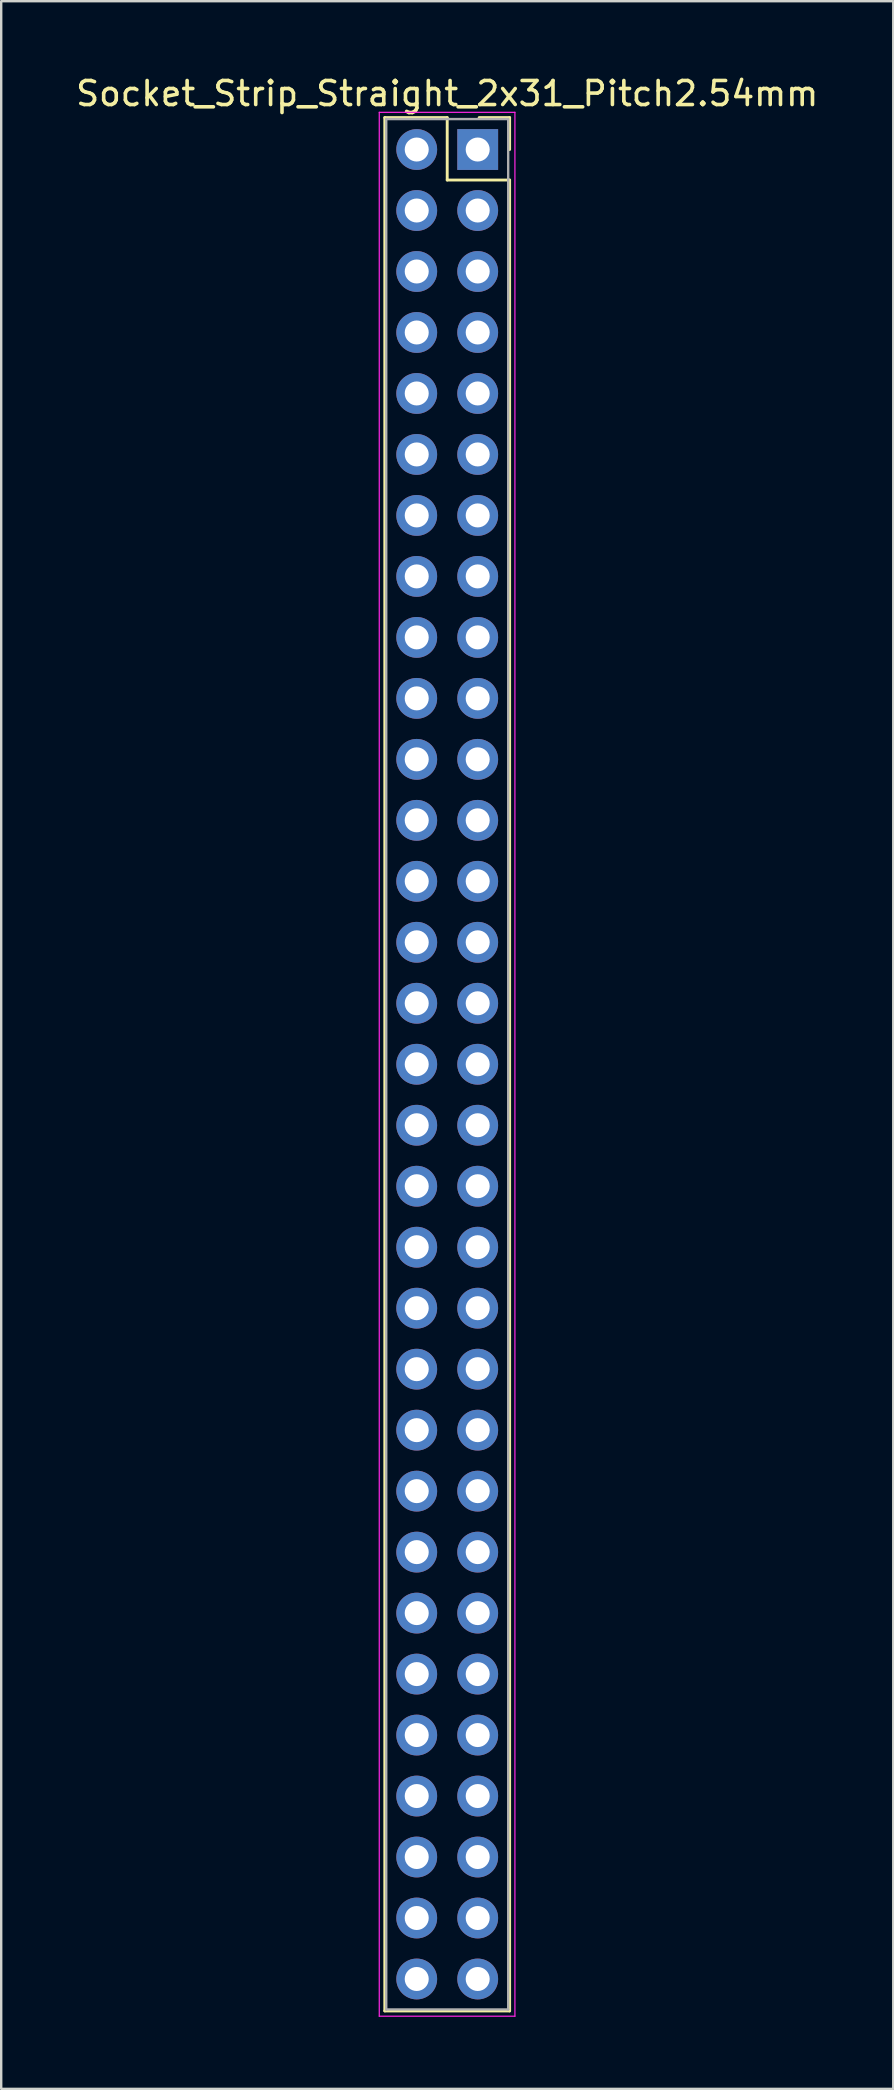
<source format=kicad_pcb>
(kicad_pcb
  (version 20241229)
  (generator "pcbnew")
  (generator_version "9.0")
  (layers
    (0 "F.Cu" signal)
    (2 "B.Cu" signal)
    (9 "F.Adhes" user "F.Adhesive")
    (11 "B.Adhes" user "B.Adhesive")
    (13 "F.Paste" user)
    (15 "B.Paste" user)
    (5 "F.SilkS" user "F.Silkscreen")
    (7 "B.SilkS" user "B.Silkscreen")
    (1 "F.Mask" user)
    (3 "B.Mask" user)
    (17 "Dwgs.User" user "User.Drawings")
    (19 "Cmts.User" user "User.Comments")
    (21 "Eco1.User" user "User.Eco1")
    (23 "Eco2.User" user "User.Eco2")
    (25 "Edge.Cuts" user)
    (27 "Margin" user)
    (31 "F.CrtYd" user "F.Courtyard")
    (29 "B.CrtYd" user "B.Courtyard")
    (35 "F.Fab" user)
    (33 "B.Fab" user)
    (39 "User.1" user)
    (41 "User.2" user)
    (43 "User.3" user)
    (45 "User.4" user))
  (footprint "Socket_Strip_Straight_2x31_Pitch2.54mm"
    (layer "F.Cu")
    (at 16.847 3.178)
    (property "Reference" "Socket_Strip_Straight_2x31_Pitch2.54mm" (at -1.27 -2.33 0) (layer "F.SilkS") (effects (font (size 1 1) (thickness 0.15))))
    (attr through_hole)
    (fp_line (start -3.87 -1.33) (end -1.27 -1.33) (stroke (width 0.12) (type solid)) (layer "F.SilkS"))
    (fp_line (start -3.87 77.53) (end -3.87 -1.33) (stroke (width 0.12) (type solid)) (layer "F.SilkS"))
    (fp_line (start -1.27 -1.33) (end -1.27 1.27) (stroke (width 0.12) (type solid)) (layer "F.SilkS"))
    (fp_line (start -1.27 1.27) (end 1.33 1.27) (stroke (width 0.12) (type solid)) (layer "F.SilkS"))
    (fp_line (start 1.33 -1.33) (end 0.06 -1.33) (stroke (width 0.12) (type solid)) (layer "F.SilkS"))
    (fp_line (start 1.33 0) (end 1.33 -1.33) (stroke (width 0.12) (type solid)) (layer "F.SilkS"))
    (fp_line (start 1.33 1.27) (end 1.33 77.53) (stroke (width 0.12) (type solid)) (layer "F.SilkS"))
    (fp_line (start 1.33 77.53) (end -3.87 77.53) (stroke (width 0.12) (type solid)) (layer "F.SilkS"))
    (fp_line (start -4.1 -1.55) (end -4.1 77.75) (stroke (width 0.05) (type solid)) (layer "F.CrtYd"))
    (fp_line (start -4.1 77.75) (end 1.55 77.75) (stroke (width 0.05) (type solid)) (layer "F.CrtYd"))
    (fp_line (start 1.55 -1.55) (end -4.1 -1.55) (stroke (width 0.05) (type solid)) (layer "F.CrtYd"))
    (fp_line (start 1.55 77.75) (end 1.55 -1.55) (stroke (width 0.05) (type solid)) (layer "F.CrtYd"))
    (fp_line (start -3.81 -1.27) (end -3.81 77.47) (stroke (width 0.1) (type solid)) (layer "F.Fab"))
    (fp_line (start -3.81 77.47) (end 1.27 77.47) (stroke (width 0.1) (type solid)) (layer "F.Fab"))
    (fp_line (start 1.27 -1.27) (end -3.81 -1.27) (stroke (width 0.1) (type solid)) (layer "F.Fab"))
    (fp_line (start 1.27 77.47) (end 1.27 -1.27) (stroke (width 0.1) (type solid)) (layer "F.Fab"))
    (pad "1" thru_hole rect (at 0 0) (size 1.7 1.7) (drill 1) (layers "*.Cu" "*.Mask"))
    (pad "2" thru_hole oval (at -2.54 0) (size 1.7 1.7) (drill 1) (layers "*.Cu" "*.Mask"))
    (pad "3" thru_hole oval (at 0 2.54) (size 1.7 1.7) (drill 1) (layers "*.Cu" "*.Mask"))
    (pad "4" thru_hole oval (at -2.54 2.54) (size 1.7 1.7) (drill 1) (layers "*.Cu" "*.Mask"))
    (pad "5" thru_hole oval (at 0 5.08) (size 1.7 1.7) (drill 1) (layers "*.Cu" "*.Mask"))
    (pad "6" thru_hole oval (at -2.54 5.08) (size 1.7 1.7) (drill 1) (layers "*.Cu" "*.Mask"))
    (pad "7" thru_hole oval (at 0 7.62) (size 1.7 1.7) (drill 1) (layers "*.Cu" "*.Mask"))
    (pad "8" thru_hole oval (at -2.54 7.62) (size 1.7 1.7) (drill 1) (layers "*.Cu" "*.Mask"))
    (pad "9" thru_hole oval (at 0 10.16) (size 1.7 1.7) (drill 1) (layers "*.Cu" "*.Mask"))
    (pad "10" thru_hole oval (at -2.54 10.16) (size 1.7 1.7) (drill 1) (layers "*.Cu" "*.Mask"))
    (pad "11" thru_hole oval (at 0 12.7) (size 1.7 1.7) (drill 1) (layers "*.Cu" "*.Mask"))
    (pad "12" thru_hole oval (at -2.54 12.7) (size 1.7 1.7) (drill 1) (layers "*.Cu" "*.Mask"))
    (pad "13" thru_hole oval (at 0 15.24) (size 1.7 1.7) (drill 1) (layers "*.Cu" "*.Mask"))
    (pad "14" thru_hole oval (at -2.54 15.24) (size 1.7 1.7) (drill 1) (layers "*.Cu" "*.Mask"))
    (pad "15" thru_hole oval (at 0 17.78) (size 1.7 1.7) (drill 1) (layers "*.Cu" "*.Mask"))
    (pad "16" thru_hole oval (at -2.54 17.78) (size 1.7 1.7) (drill 1) (layers "*.Cu" "*.Mask"))
    (pad "17" thru_hole oval (at 0 20.32) (size 1.7 1.7) (drill 1) (layers "*.Cu" "*.Mask"))
    (pad "18" thru_hole oval (at -2.54 20.32) (size 1.7 1.7) (drill 1) (layers "*.Cu" "*.Mask"))
    (pad "19" thru_hole oval (at 0 22.86) (size 1.7 1.7) (drill 1) (layers "*.Cu" "*.Mask"))
    (pad "20" thru_hole oval (at -2.54 22.86) (size 1.7 1.7) (drill 1) (layers "*.Cu" "*.Mask"))
    (pad "21" thru_hole oval (at 0 25.4) (size 1.7 1.7) (drill 1) (layers "*.Cu" "*.Mask"))
    (pad "22" thru_hole oval (at -2.54 25.4) (size 1.7 1.7) (drill 1) (layers "*.Cu" "*.Mask"))
    (pad "23" thru_hole oval (at 0 27.94) (size 1.7 1.7) (drill 1) (layers "*.Cu" "*.Mask"))
    (pad "24" thru_hole oval (at -2.54 27.94) (size 1.7 1.7) (drill 1) (layers "*.Cu" "*.Mask"))
    (pad "25" thru_hole oval (at 0 30.48) (size 1.7 1.7) (drill 1) (layers "*.Cu" "*.Mask"))
    (pad "26" thru_hole oval (at -2.54 30.48) (size 1.7 1.7) (drill 1) (layers "*.Cu" "*.Mask"))
    (pad "27" thru_hole oval (at 0 33.02) (size 1.7 1.7) (drill 1) (layers "*.Cu" "*.Mask"))
    (pad "28" thru_hole oval (at -2.54 33.02) (size 1.7 1.7) (drill 1) (layers "*.Cu" "*.Mask"))
    (pad "29" thru_hole oval (at 0 35.56) (size 1.7 1.7) (drill 1) (layers "*.Cu" "*.Mask"))
    (pad "30" thru_hole oval (at -2.54 35.56) (size 1.7 1.7) (drill 1) (layers "*.Cu" "*.Mask"))
    (pad "31" thru_hole oval (at 0 38.1) (size 1.7 1.7) (drill 1) (layers "*.Cu" "*.Mask"))
    (pad "32" thru_hole oval (at -2.54 38.1) (size 1.7 1.7) (drill 1) (layers "*.Cu" "*.Mask"))
    (pad "33" thru_hole oval (at 0 40.64) (size 1.7 1.7) (drill 1) (layers "*.Cu" "*.Mask"))
    (pad "34" thru_hole oval (at -2.54 40.64) (size 1.7 1.7) (drill 1) (layers "*.Cu" "*.Mask"))
    (pad "35" thru_hole oval (at 0 43.18) (size 1.7 1.7) (drill 1) (layers "*.Cu" "*.Mask"))
    (pad "36" thru_hole oval (at -2.54 43.18) (size 1.7 1.7) (drill 1) (layers "*.Cu" "*.Mask"))
    (pad "37" thru_hole oval (at 0 45.72) (size 1.7 1.7) (drill 1) (layers "*.Cu" "*.Mask"))
    (pad "38" thru_hole oval (at -2.54 45.72) (size 1.7 1.7) (drill 1) (layers "*.Cu" "*.Mask"))
    (pad "39" thru_hole oval (at 0 48.26) (size 1.7 1.7) (drill 1) (layers "*.Cu" "*.Mask"))
    (pad "40" thru_hole oval (at -2.54 48.26) (size 1.7 1.7) (drill 1) (layers "*.Cu" "*.Mask"))
    (pad "41" thru_hole oval (at 0 50.8) (size 1.7 1.7) (drill 1) (layers "*.Cu" "*.Mask"))
    (pad "42" thru_hole oval (at -2.54 50.8) (size 1.7 1.7) (drill 1) (layers "*.Cu" "*.Mask"))
    (pad "43" thru_hole oval (at 0 53.34) (size 1.7 1.7) (drill 1) (layers "*.Cu" "*.Mask"))
    (pad "44" thru_hole oval (at -2.54 53.34) (size 1.7 1.7) (drill 1) (layers "*.Cu" "*.Mask"))
    (pad "45" thru_hole oval (at 0 55.88) (size 1.7 1.7) (drill 1) (layers "*.Cu" "*.Mask"))
    (pad "46" thru_hole oval (at -2.54 55.88) (size 1.7 1.7) (drill 1) (layers "*.Cu" "*.Mask"))
    (pad "47" thru_hole oval (at 0 58.42) (size 1.7 1.7) (drill 1) (layers "*.Cu" "*.Mask"))
    (pad "48" thru_hole oval (at -2.54 58.42) (size 1.7 1.7) (drill 1) (layers "*.Cu" "*.Mask"))
    (pad "49" thru_hole oval (at 0 60.96) (size 1.7 1.7) (drill 1) (layers "*.Cu" "*.Mask"))
    (pad "50" thru_hole oval (at -2.54 60.96) (size 1.7 1.7) (drill 1) (layers "*.Cu" "*.Mask"))
    (pad "51" thru_hole oval (at 0 63.5) (size 1.7 1.7) (drill 1) (layers "*.Cu" "*.Mask"))
    (pad "52" thru_hole oval (at -2.54 63.5) (size 1.7 1.7) (drill 1) (layers "*.Cu" "*.Mask"))
    (pad "53" thru_hole oval (at 0 66.04) (size 1.7 1.7) (drill 1) (layers "*.Cu" "*.Mask"))
    (pad "54" thru_hole oval (at -2.54 66.04) (size 1.7 1.7) (drill 1) (layers "*.Cu" "*.Mask"))
    (pad "55" thru_hole oval (at 0 68.58) (size 1.7 1.7) (drill 1) (layers "*.Cu" "*.Mask"))
    (pad "56" thru_hole oval (at -2.54 68.58) (size 1.7 1.7) (drill 1) (layers "*.Cu" "*.Mask"))
    (pad "57" thru_hole oval (at 0 71.12) (size 1.7 1.7) (drill 1) (layers "*.Cu" "*.Mask"))
    (pad "58" thru_hole oval (at -2.54 71.12) (size 1.7 1.7) (drill 1) (layers "*.Cu" "*.Mask"))
    (pad "59" thru_hole oval (at 0 73.66) (size 1.7 1.7) (drill 1) (layers "*.Cu" "*.Mask"))
    (pad "60" thru_hole oval (at -2.54 73.66) (size 1.7 1.7) (drill 1) (layers "*.Cu" "*.Mask"))
    (pad "61" thru_hole oval (at 0 76.2) (size 1.7 1.7) (drill 1) (layers "*.Cu" "*.Mask"))
    (pad "62" thru_hole oval (at -2.54 76.2) (size 1.7 1.7) (drill 1) (layers "*.Cu" "*.Mask")))
  (gr_rect
    (start -3 -3)
    (end 34.155 83.953)
    (stroke (width 0.1) (type default))
    (fill no)
    (layer "Edge.Cuts")))
</source>
